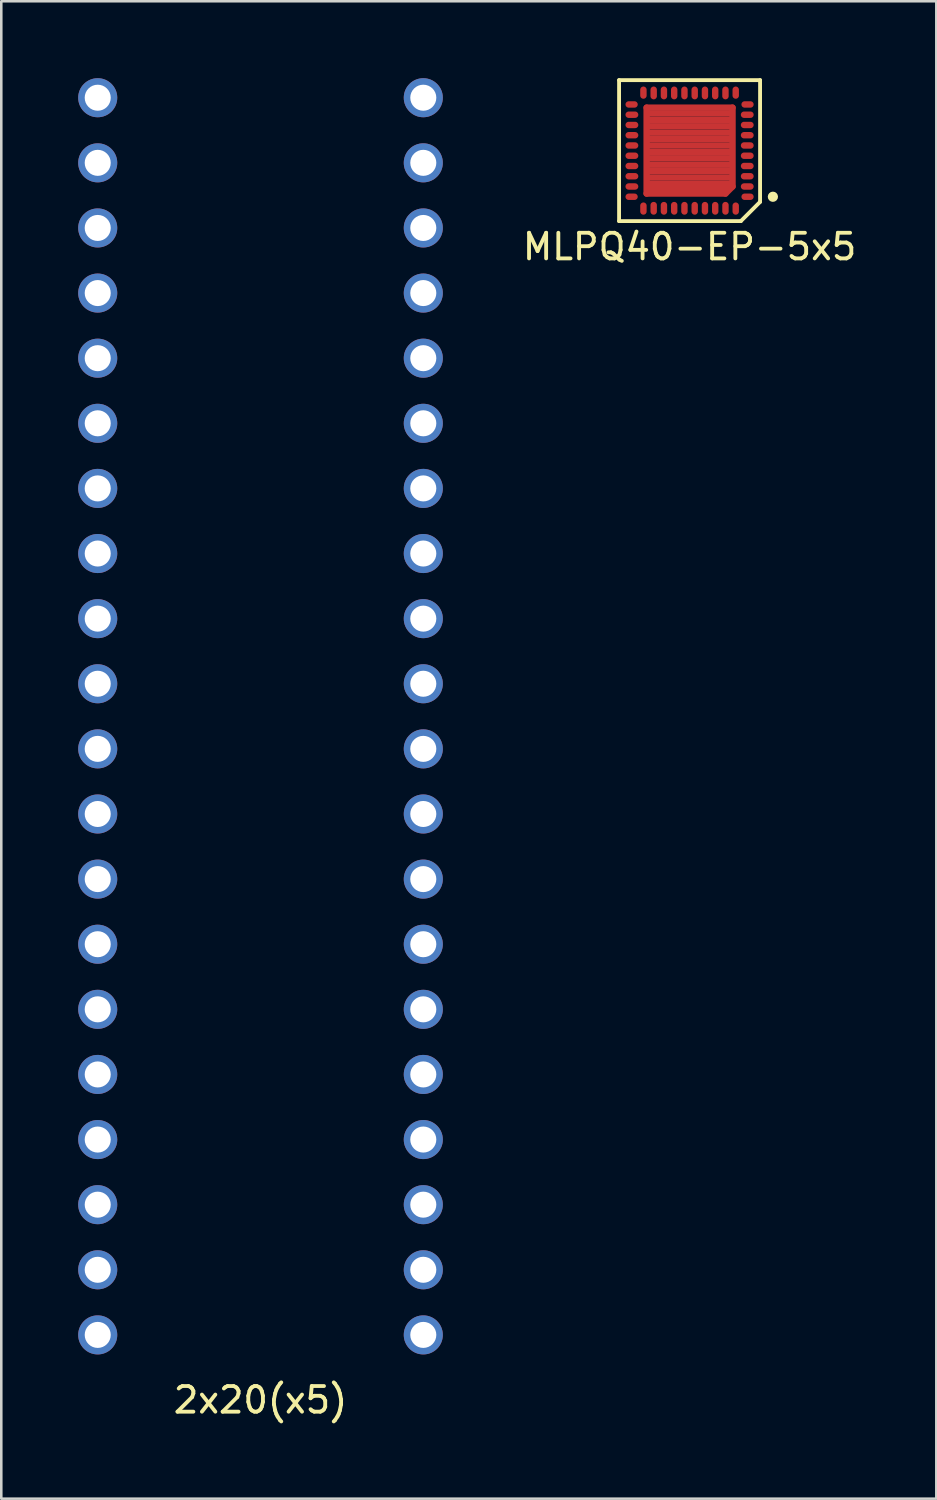
<source format=kicad_pcb>
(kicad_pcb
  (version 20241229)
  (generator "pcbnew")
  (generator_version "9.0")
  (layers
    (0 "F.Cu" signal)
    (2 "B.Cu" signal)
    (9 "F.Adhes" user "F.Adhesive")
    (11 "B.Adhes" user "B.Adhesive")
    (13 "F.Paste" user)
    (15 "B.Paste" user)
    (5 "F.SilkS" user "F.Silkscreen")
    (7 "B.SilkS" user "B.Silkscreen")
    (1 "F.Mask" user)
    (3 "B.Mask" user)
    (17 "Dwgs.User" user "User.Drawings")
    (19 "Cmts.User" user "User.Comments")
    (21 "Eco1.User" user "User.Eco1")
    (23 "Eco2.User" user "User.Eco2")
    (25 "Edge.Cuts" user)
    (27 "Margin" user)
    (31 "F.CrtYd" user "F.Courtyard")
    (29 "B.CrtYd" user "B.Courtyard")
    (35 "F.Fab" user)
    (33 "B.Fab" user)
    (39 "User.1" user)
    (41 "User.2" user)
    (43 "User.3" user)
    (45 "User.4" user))
  (footprint "2x20(x5)"
    (layer "F.Cu")
    (at 7.112 24.892)
    (property "Reference" "2x20(x5)" (at 0 26.67 0) (layer "F.SilkS") (effects (font (size 1 1) (thickness 0.15))))
    (attr through_hole)
    (pad "1" thru_hole circle (at 6.35 24.13) (size 1.524 1.524) (drill 1.016) (layers "*.Cu" "*.Mask"))
    (pad "2" thru_hole circle (at 6.35 21.59) (size 1.524 1.524) (drill 1.016) (layers "*.Cu" "*.Mask"))
    (pad "3" thru_hole circle (at 6.35 19.05) (size 1.524 1.524) (drill 1.016) (layers "*.Cu" "*.Mask"))
    (pad "4" thru_hole circle (at 6.35 16.51) (size 1.524 1.524) (drill 1.016) (layers "*.Cu" "*.Mask"))
    (pad "5" thru_hole circle (at 6.35 13.97) (size 1.524 1.524) (drill 1.016) (layers "*.Cu" "*.Mask"))
    (pad "6" thru_hole circle (at 6.35 11.43) (size 1.524 1.524) (drill 1.016) (layers "*.Cu" "*.Mask"))
    (pad "7" thru_hole circle (at 6.35 8.89) (size 1.524 1.524) (drill 1.016) (layers "*.Cu" "*.Mask"))
    (pad "8" thru_hole circle (at 6.35 6.35) (size 1.524 1.524) (drill 1.016) (layers "*.Cu" "*.Mask"))
    (pad "9" thru_hole circle (at 6.35 3.81) (size 1.524 1.524) (drill 1.016) (layers "*.Cu" "*.Mask"))
    (pad "10" thru_hole circle (at 6.35 1.27) (size 1.524 1.524) (drill 1.016) (layers "*.Cu" "*.Mask"))
    (pad "11" thru_hole circle (at 6.35 -1.27) (size 1.524 1.524) (drill 1.016) (layers "*.Cu" "*.Mask"))
    (pad "12" thru_hole circle (at 6.35 -3.81) (size 1.524 1.524) (drill 1.016) (layers "*.Cu" "*.Mask"))
    (pad "13" thru_hole circle (at 6.35 -6.35) (size 1.524 1.524) (drill 1.016) (layers "*.Cu" "*.Mask"))
    (pad "14" thru_hole circle (at 6.35 -8.89) (size 1.524 1.524) (drill 1.016) (layers "*.Cu" "*.Mask"))
    (pad "15" thru_hole circle (at 6.35 -11.43) (size 1.524 1.524) (drill 1.016) (layers "*.Cu" "*.Mask"))
    (pad "16" thru_hole circle (at 6.35 -13.97) (size 1.524 1.524) (drill 1.016) (layers "*.Cu" "*.Mask"))
    (pad "17" thru_hole circle (at 6.35 -16.51) (size 1.524 1.524) (drill 1.016) (layers "*.Cu" "*.Mask"))
    (pad "18" thru_hole circle (at 6.35 -19.05) (size 1.524 1.524) (drill 1.016) (layers "*.Cu" "*.Mask"))
    (pad "19" thru_hole circle (at 6.35 -21.59) (size 1.524 1.524) (drill 1.016) (layers "*.Cu" "*.Mask"))
    (pad "20" thru_hole circle (at 6.35 -24.13) (size 1.524 1.524) (drill 1.016) (layers "*.Cu" "*.Mask"))
    (pad "21" thru_hole circle (at -6.35 -24.13) (size 1.524 1.524) (drill 1.016) (layers "*.Cu" "*.Mask"))
    (pad "22" thru_hole circle (at -6.35 -21.59) (size 1.524 1.524) (drill 1.016) (layers "*.Cu" "*.Mask"))
    (pad "23" thru_hole circle (at -6.35 -19.05) (size 1.524 1.524) (drill 1.016) (layers "*.Cu" "*.Mask"))
    (pad "24" thru_hole circle (at -6.35 -16.51) (size 1.524 1.524) (drill 1.016) (layers "*.Cu" "*.Mask"))
    (pad "25" thru_hole circle (at -6.35 -13.97) (size 1.524 1.524) (drill 1.016) (layers "*.Cu" "*.Mask"))
    (pad "26" thru_hole circle (at -6.35 -11.43) (size 1.524 1.524) (drill 1.016) (layers "*.Cu" "*.Mask"))
    (pad "27" thru_hole circle (at -6.35 -8.89) (size 1.524 1.524) (drill 1.016) (layers "*.Cu" "*.Mask"))
    (pad "28" thru_hole circle (at -6.35 -6.35) (size 1.524 1.524) (drill 1.016) (layers "*.Cu" "*.Mask"))
    (pad "29" thru_hole circle (at -6.35 -3.81) (size 1.524 1.524) (drill 1.016) (layers "*.Cu" "*.Mask"))
    (pad "30" thru_hole circle (at -6.35 -1.27) (size 1.524 1.524) (drill 1.016) (layers "*.Cu" "*.Mask"))
    (pad "31" thru_hole circle (at -6.35 1.27) (size 1.524 1.524) (drill 1.016) (layers "*.Cu" "*.Mask"))
    (pad "32" thru_hole circle (at -6.35 3.81) (size 1.524 1.524) (drill 1.016) (layers "*.Cu" "*.Mask"))
    (pad "33" thru_hole circle (at -6.35 6.35) (size 1.524 1.524) (drill 1.016) (layers "*.Cu" "*.Mask"))
    (pad "34" thru_hole circle (at -6.35 8.89) (size 1.524 1.524) (drill 1.016) (layers "*.Cu" "*.Mask"))
    (pad "35" thru_hole circle (at -6.35 11.43) (size 1.524 1.524) (drill 1.016) (layers "*.Cu" "*.Mask"))
    (pad "36" thru_hole circle (at -6.35 13.97) (size 1.524 1.524) (drill 1.016) (layers "*.Cu" "*.Mask"))
    (pad "37" thru_hole circle (at -6.35 16.51) (size 1.524 1.524) (drill 1.016) (layers "*.Cu" "*.Mask"))
    (pad "38" thru_hole circle (at -6.35 19.05) (size 1.524 1.524) (drill 1.016) (layers "*.Cu" "*.Mask"))
    (pad "39" thru_hole circle (at -6.35 21.59) (size 1.524 1.524) (drill 1.016) (layers "*.Cu" "*.Mask"))
    (pad "40" thru_hole circle (at -6.35 24.13) (size 1.524 1.524) (drill 1.016) (layers "*.Cu" "*.Mask")))
  (footprint "MLPQ40-EP-5x5"
    (layer "F.Cu")
    (at 23.849 2.825)
    (property "Reference" "MLPQ40-EP-5x5" (at 0 3.75 0) (layer "F.SilkS") (effects (font (size 1 1) (thickness 0.15))))
    (attr through_hole)
    (fp_line (start -1.675 -1.675) (end 1.675 -1.675) (stroke (width 0.25) (type solid)) (layer "F.Cu"))
    (fp_line (start -1.675 1.675) (end -1.675 -1.675) (stroke (width 0.25) (type solid)) (layer "F.Cu"))
    (fp_line (start -1.55 -1.45) (end 1.55 -1.45) (stroke (width 0.25) (type solid)) (layer "F.Cu"))
    (fp_line (start -1.55 -1.2) (end 1.55 -1.2) (stroke (width 0.25) (type solid)) (layer "F.Cu"))
    (fp_line (start -1.55 -0.7) (end 1.55 -0.7) (stroke (width 0.25) (type solid)) (layer "F.Cu"))
    (fp_line (start -1.55 -0.2) (end 1.55 -0.2) (stroke (width 0.25) (type solid)) (layer "F.Cu"))
    (fp_line (start -1.55 0.3) (end 1.55 0.3) (stroke (width 0.25) (type solid)) (layer "F.Cu"))
    (fp_line (start -1.55 0.8) (end 1.55 0.8) (stroke (width 0.25) (type solid)) (layer "F.Cu"))
    (fp_line (start -1.55 1.3) (end 1.55 1.3) (stroke (width 0.25) (type solid)) (layer "F.Cu"))
    (fp_line (start 1.4 1.675) (end -1.675 1.675) (stroke (width 0.25) (type solid)) (layer "F.Cu"))
    (fp_line (start 1.4 1.675) (end 1.675 1.4) (stroke (width 0.25) (type solid)) (layer "F.Cu"))
    (fp_line (start 1.45 1.5) (end -1.55 1.5) (stroke (width 0.25) (type solid)) (layer "F.Cu"))
    (fp_line (start 1.55 -0.95) (end -1.55 -0.95) (stroke (width 0.25) (type solid)) (layer "F.Cu"))
    (fp_line (start 1.55 -0.45) (end -1.55 -0.45) (stroke (width 0.25) (type solid)) (layer "F.Cu"))
    (fp_line (start 1.55 0.05) (end -1.55 0.05) (stroke (width 0.25) (type solid)) (layer "F.Cu"))
    (fp_line (start 1.55 0.55) (end -1.55 0.55) (stroke (width 0.25) (type solid)) (layer "F.Cu"))
    (fp_line (start 1.55 1.05) (end -1.55 1.05) (stroke (width 0.25) (type solid)) (layer "F.Cu"))
    (fp_line (start 1.675 -1.675) (end 1.675 1.4) (stroke (width 0.25) (type solid)) (layer "F.Cu"))
    (fp_line (start -1.75 -1.75) (end 1.75 -1.75) (stroke (width 0.3) (type solid)) (layer "F.Mask"))
    (fp_line (start -1.75 1.75) (end -1.75 -1.75) (stroke (width 0.3) (type solid)) (layer "F.Mask"))
    (fp_line (start -1.675 -1.675) (end 1.675 -1.675) (stroke (width 0.25) (type solid)) (layer "F.Mask"))
    (fp_line (start -1.675 1.675) (end -1.675 -1.675) (stroke (width 0.25) (type solid)) (layer "F.Mask"))
    (fp_line (start -1.55 -1.45) (end 1.55 -1.45) (stroke (width 0.25) (type solid)) (layer "F.Mask"))
    (fp_line (start -1.55 -1.2) (end 1.55 -1.2) (stroke (width 0.25) (type solid)) (layer "F.Mask"))
    (fp_line (start -1.55 -0.7) (end 1.55 -0.7) (stroke (width 0.25) (type solid)) (layer "F.Mask"))
    (fp_line (start -1.55 -0.2) (end 1.55 -0.2) (stroke (width 0.25) (type solid)) (layer "F.Mask"))
    (fp_line (start -1.55 0.3) (end 1.55 0.3) (stroke (width 0.25) (type solid)) (layer "F.Mask"))
    (fp_line (start -1.55 0.8) (end 1.55 0.8) (stroke (width 0.25) (type solid)) (layer "F.Mask"))
    (fp_line (start -1.55 1.3) (end 1.55 1.3) (stroke (width 0.25) (type solid)) (layer "F.Mask"))
    (fp_line (start 1.4 1.675) (end -1.675 1.675) (stroke (width 0.25) (type solid)) (layer "F.Mask"))
    (fp_line (start 1.4 1.675) (end 1.675 1.4) (stroke (width 0.25) (type solid)) (layer "F.Mask"))
    (fp_line (start 1.45 1.5) (end -1.55 1.5) (stroke (width 0.25) (type solid)) (layer "F.Mask"))
    (fp_line (start 1.55 -0.95) (end -1.55 -0.95) (stroke (width 0.25) (type solid)) (layer "F.Mask"))
    (fp_line (start 1.55 -0.45) (end -1.55 -0.45) (stroke (width 0.25) (type solid)) (layer "F.Mask"))
    (fp_line (start 1.55 0.05) (end -1.55 0.05) (stroke (width 0.25) (type solid)) (layer "F.Mask"))
    (fp_line (start 1.55 0.55) (end -1.55 0.55) (stroke (width 0.25) (type solid)) (layer "F.Mask"))
    (fp_line (start 1.55 1.05) (end -1.55 1.05) (stroke (width 0.25) (type solid)) (layer "F.Mask"))
    (fp_line (start 1.675 -1.675) (end 1.675 1.4) (stroke (width 0.25) (type solid)) (layer "F.Mask"))
    (fp_line (start 1.75 -1.75) (end 1.75 1.75) (stroke (width 0.3) (type solid)) (layer "F.Mask"))
    (fp_line (start 1.75 1.75) (end -1.75 1.75) (stroke (width 0.3) (type solid)) (layer "F.Mask"))
    (fp_line (start -2.75 -2.75) (end -2.75 2.75) (stroke (width 0.15) (type solid)) (layer "F.SilkS"))
    (fp_line (start -2.75 2.75) (end 2 2.75) (stroke (width 0.15) (type solid)) (layer "F.SilkS"))
    (fp_line (start 2 2.75) (end 2.75 2) (stroke (width 0.15) (type solid)) (layer "F.SilkS"))
    (fp_line (start 2.75 -2.75) (end -2.75 -2.75) (stroke (width 0.15) (type solid)) (layer "F.SilkS"))
    (fp_line (start 2.75 2) (end 2.75 -2.75) (stroke (width 0.15) (type solid)) (layer "F.SilkS"))
    (fp_circle (center 3.25 1.8) (end 3.35 1.8) (stroke (width 0.2) (type solid)) (fill no) (layer "F.SilkS"))
    (pad "1" smd oval (at 2.261 1.8) (size 0.477 0.25) (layers "F.Cu" "F.Mask" "F.Paste"))
    (pad "2" smd oval (at 2.25 1.4) (size 0.5 0.25) (layers "F.Cu" "F.Mask" "F.Paste"))
    (pad "3" smd oval (at 2.25 1) (size 0.5 0.25) (layers "F.Cu" "F.Mask" "F.Paste"))
    (pad "4" smd oval (at 2.25 0.6) (size 0.5 0.25) (layers "F.Cu" "F.Mask" "F.Paste"))
    (pad "5" smd oval (at 2.25 0.2) (size 0.5 0.25) (layers "F.Cu" "F.Mask" "F.Paste"))
    (pad "6" smd oval (at 2.25 -0.2) (size 0.5 0.25) (layers "F.Cu" "F.Mask" "F.Paste"))
    (pad "7" smd oval (at 2.25 -0.6) (size 0.5 0.25) (layers "F.Cu" "F.Mask" "F.Paste"))
    (pad "8" smd oval (at 2.25 -1) (size 0.5 0.25) (layers "F.Cu" "F.Mask" "F.Paste"))
    (pad "9" smd oval (at 2.25 -1.4) (size 0.5 0.25) (layers "F.Cu" "F.Mask" "F.Paste"))
    (pad "10" smd oval (at 2.261 -1.8) (size 0.477 0.25) (layers "F.Cu" "F.Mask" "F.Paste"))
    (pad "11" smd oval (at 1.8 -2.261 90) (size 0.477 0.25) (layers "F.Cu" "F.Mask" "F.Paste"))
    (pad "12" smd oval (at 1.4 -2.25 90) (size 0.5 0.25) (layers "F.Cu" "F.Mask" "F.Paste"))
    (pad "13" smd oval (at 1 -2.25 90) (size 0.5 0.25) (layers "F.Cu" "F.Mask" "F.Paste"))
    (pad "14" smd oval (at 0.6 -2.25 90) (size 0.5 0.25) (layers "F.Cu" "F.Mask" "F.Paste"))
    (pad "15" smd oval (at 0.2 -2.25 90) (size 0.5 0.25) (layers "F.Cu" "F.Mask" "F.Paste"))
    (pad "16" smd oval (at -0.2 -2.25 90) (size 0.5 0.25) (layers "F.Cu" "F.Mask" "F.Paste"))
    (pad "17" smd oval (at -0.6 -2.25 90) (size 0.5 0.25) (layers "F.Cu" "F.Mask" "F.Paste"))
    (pad "18" smd oval (at -1 -2.25 90) (size 0.5 0.25) (layers "F.Cu" "F.Mask" "F.Paste"))
    (pad "19" smd oval (at -1.4 -2.25 90) (size 0.5 0.25) (layers "F.Cu" "F.Mask" "F.Paste"))
    (pad "20" smd oval (at -1.8 -2.261 90) (size 0.477 0.25) (layers "F.Cu" "F.Mask" "F.Paste"))
    (pad "21" smd oval (at -2.261 -1.8) (size 0.477 0.25) (layers "F.Cu" "F.Mask" "F.Paste"))
    (pad "22" smd oval (at -2.25 -1.4) (size 0.5 0.25) (layers "F.Cu" "F.Mask" "F.Paste"))
    (pad "23" smd oval (at -2.25 -1) (size 0.5 0.25) (layers "F.Cu" "F.Mask" "F.Paste"))
    (pad "24" smd oval (at -2.25 -0.6) (size 0.5 0.25) (layers "F.Cu" "F.Mask" "F.Paste"))
    (pad "25" smd oval (at -2.25 -0.2) (size 0.5 0.25) (layers "F.Cu" "F.Mask" "F.Paste"))
    (pad "26" smd oval (at -2.25 0.2) (size 0.5 0.25) (layers "F.Cu" "F.Mask" "F.Paste"))
    (pad "27" smd oval (at -2.25 0.6) (size 0.5 0.25) (layers "F.Cu" "F.Mask" "F.Paste"))
    (pad "28" smd oval (at -2.25 1) (size 0.5 0.25) (layers "F.Cu" "F.Mask" "F.Paste"))
    (pad "29" smd oval (at -2.25 1.4) (size 0.5 0.25) (layers "F.Cu" "F.Mask" "F.Paste"))
    (pad "30" smd oval (at -2.261 1.8) (size 0.477 0.25) (layers "F.Cu" "F.Mask" "F.Paste"))
    (pad "31" smd oval (at -1.8 2.261 90) (size 0.477 0.25) (layers "F.Cu" "F.Mask" "F.Paste"))
    (pad "32" smd oval (at -1.4 2.25 90) (size 0.5 0.25) (layers "F.Cu" "F.Mask" "F.Paste"))
    (pad "33" smd oval (at -1 2.25 90) (size 0.5 0.25) (layers "F.Cu" "F.Mask" "F.Paste"))
    (pad "34" smd oval (at -0.6 2.25 90) (size 0.5 0.25) (layers "F.Cu" "F.Mask" "F.Paste"))
    (pad "35" smd oval (at -0.2 2.25 90) (size 0.5 0.25) (layers "F.Cu" "F.Mask" "F.Paste"))
    (pad "36" smd oval (at 0.2 2.25 90) (size 0.5 0.25) (layers "F.Cu" "F.Mask" "F.Paste"))
    (pad "37" smd oval (at 0.6 2.25 90) (size 0.5 0.25) (layers "F.Cu" "F.Mask" "F.Paste"))
    (pad "38" smd oval (at 1 2.25 90) (size 0.5 0.25) (layers "F.Cu" "F.Mask" "F.Paste"))
    (pad "39" smd oval (at 1.4 2.25 90) (size 0.5 0.25) (layers "F.Cu" "F.Mask" "F.Paste"))
    (pad "40" smd oval (at 1.8 2.261 90) (size 0.477 0.25) (layers "F.Cu" "F.Mask" "F.Paste")))
  (gr_rect
    (start -3 -3)
    (end 33.474 55.41)
    (stroke (width 0.1) (type default))
    (fill no)
    (layer "Edge.Cuts")))
</source>
